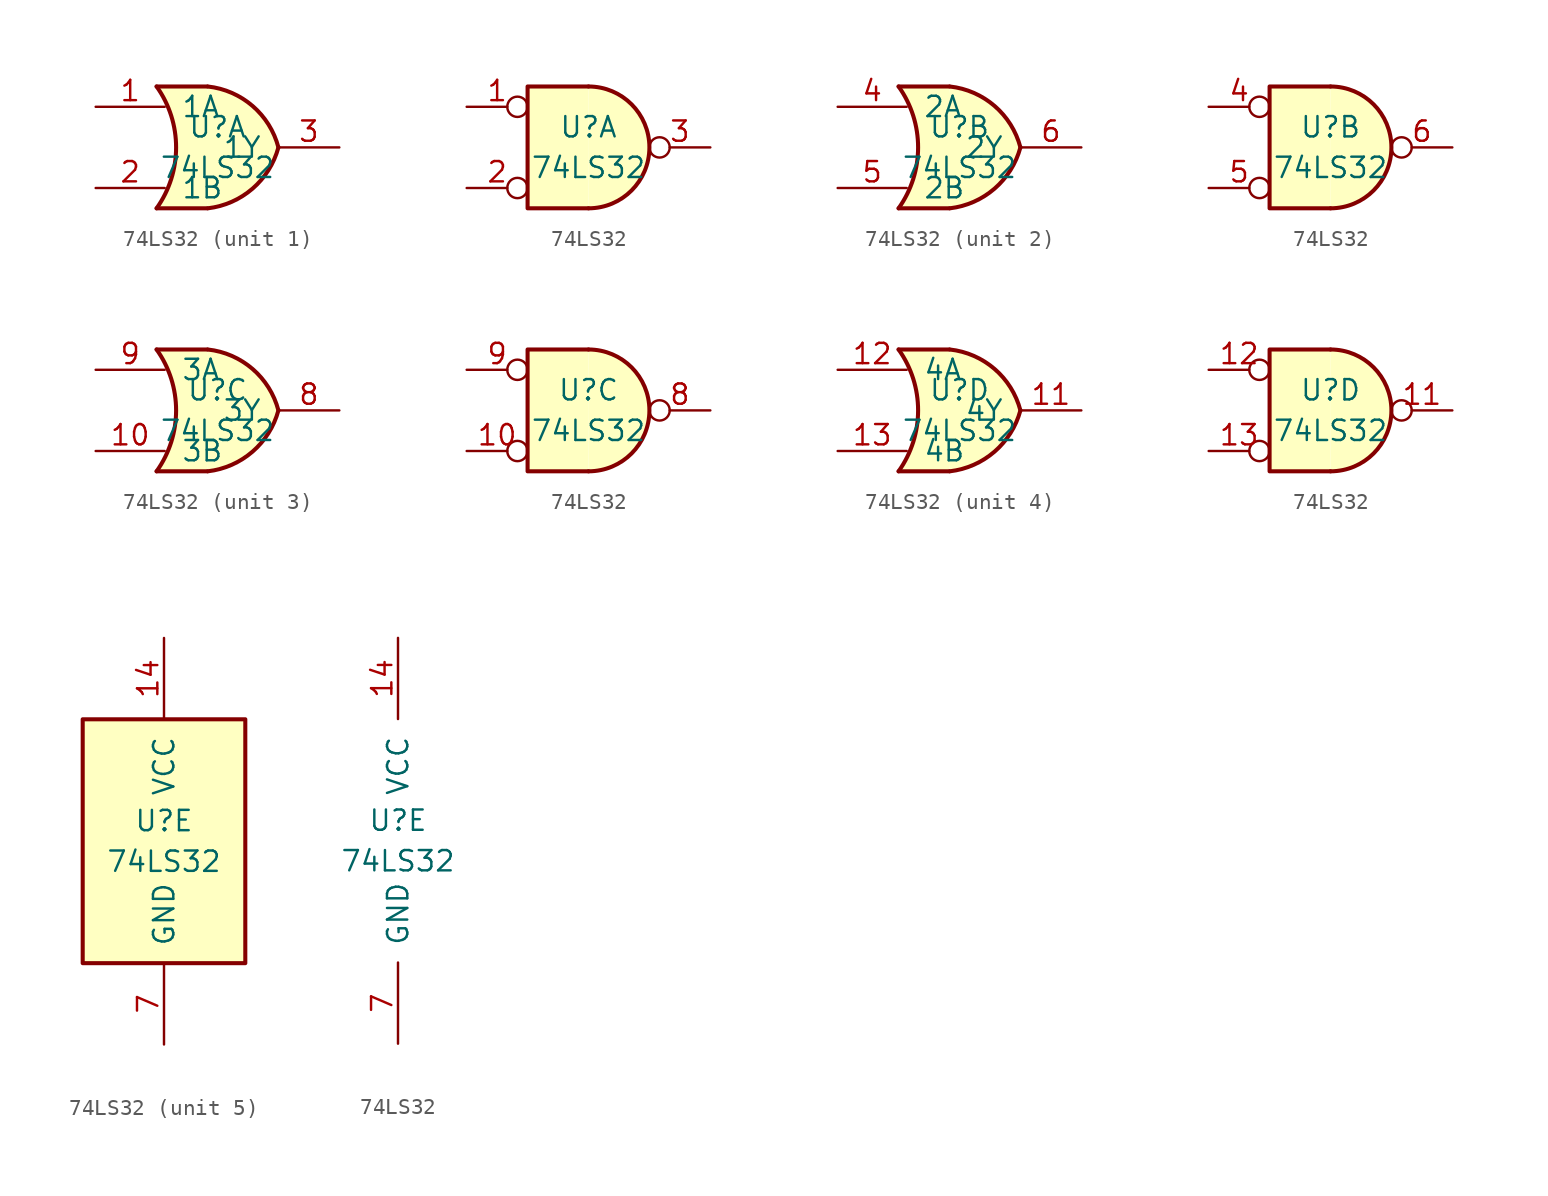
<source format=kicad_sym>
(kicad_symbol_lib
  (version 20231120)
  (generator "kicad_symbol_editor")
  (generator_version "8.0")
  (symbol "74LS32"
    (pin_names
      (offset 1.016))
    (property "Reference" "U"
      (at 0 1.27 0)
      (effects (font (size 1.27 1.27))))
    (property "Value" "74LS32"
      (at 0 -1.27 0)
      (effects (font (size 1.27 1.27))))
    (property "ki_locked" ""
      (at 0 0 0)
      (effects (font (size 1.27 1.27))))
    (symbol "74LS32_1_1"
      (arc (start -3.81 -3.81) (mid -2.589 0) (end -3.81 3.81) (stroke (width 0.254) (type default)) (fill (type none)))
      (arc (start -0.6096 -3.81) (mid 2.1842 -2.5851) (end 3.81 0) (stroke (width 0.254) (type default)) (fill (type background)))
      (polyline (pts (xy -3.81 -3.81) (xy -0.635 -3.81)) (stroke (width 0.254) (type default)) (fill (type background)))
      (polyline (pts (xy -3.81 3.81) (xy -0.635 3.81)) (stroke (width 0.254) (type default)) (fill (type background)))
      (polyline (pts (xy -0.635 3.81) (xy -3.81 3.81) (xy -3.81 3.81) (xy -3.556 3.404) (xy -3.023 2.261) (xy -2.692 1.041) (xy -2.616 -0.254) (xy -2.769 -1.499) (xy -3.175 -2.718) (xy -3.81 -3.81) (xy -3.81 -3.81) (xy -0.635 -3.81)) (stroke (width -25.4) (type default)) (fill (type background)))
      (arc (start 3.81 0) (mid 2.1915 2.5936) (end -0.6096 3.81) (stroke (width 0.254) (type default)) (fill (type background)))
      (pin input line (at -7.62 2.54 0) (length 4.318) (name "1A" (effects (font (size 1.27 1.27)))) (number "1" (effects (font (size 1.27 1.27)))))
      (pin input line (at -7.62 -2.54 0) (length 4.318) (name "1B" (effects (font (size 1.27 1.27)))) (number "2" (effects (font (size 1.27 1.27)))))
      (pin output line (at 7.62 0 180) (length 3.81) (name "1Y" (effects (font (size 1.27 1.27)))) (number "3" (effects (font (size 1.27 1.27))))))
    (symbol "74LS32_1_2"
      (arc (start 0 -3.81) (mid 3.7934 0) (end 0 3.81) (stroke (width 0.254) (type default)) (fill (type background)))
      (polyline (pts (xy 0 3.81) (xy -3.81 3.81) (xy -3.81 -3.81) (xy 0 -3.81)) (stroke (width 0.254) (type default)) (fill (type background)))
      (pin input inverted (at -7.62 2.54 0) (length 3.81) (name "~" (effects (font (size 1.27 1.27)))) (number "1" (effects (font (size 1.27 1.27)))))
      (pin input inverted (at -7.62 -2.54 0) (length 3.81) (name "~" (effects (font (size 1.27 1.27)))) (number "2" (effects (font (size 1.27 1.27)))))
      (pin output inverted (at 7.62 0 180) (length 3.81) (name "~" (effects (font (size 1.27 1.27)))) (number "3" (effects (font (size 1.27 1.27))))))
    (symbol "74LS32_2_1"
      (arc (start -3.81 -3.81) (mid -2.589 0) (end -3.81 3.81) (stroke (width 0.254) (type default)) (fill (type none)))
      (arc (start -0.6096 -3.81) (mid 2.1842 -2.5851) (end 3.81 0) (stroke (width 0.254) (type default)) (fill (type background)))
      (polyline (pts (xy -3.81 -3.81) (xy -0.635 -3.81)) (stroke (width 0.254) (type default)) (fill (type background)))
      (polyline (pts (xy -3.81 3.81) (xy -0.635 3.81)) (stroke (width 0.254) (type default)) (fill (type background)))
      (polyline (pts (xy -0.635 3.81) (xy -3.81 3.81) (xy -3.81 3.81) (xy -3.556 3.404) (xy -3.023 2.261) (xy -2.692 1.041) (xy -2.616 -0.254) (xy -2.769 -1.499) (xy -3.175 -2.718) (xy -3.81 -3.81) (xy -3.81 -3.81) (xy -0.635 -3.81)) (stroke (width -25.4) (type default)) (fill (type background)))
      (arc (start 3.81 0) (mid 2.1915 2.5936) (end -0.6096 3.81) (stroke (width 0.254) (type default)) (fill (type background)))
      (pin input line (at -7.62 2.54 0) (length 4.318) (name "2A" (effects (font (size 1.27 1.27)))) (number "4" (effects (font (size 1.27 1.27)))))
      (pin input line (at -7.62 -2.54 0) (length 4.318) (name "2B" (effects (font (size 1.27 1.27)))) (number "5" (effects (font (size 1.27 1.27)))))
      (pin output line (at 7.62 0 180) (length 3.81) (name "2Y" (effects (font (size 1.27 1.27)))) (number "6" (effects (font (size 1.27 1.27))))))
    (symbol "74LS32_2_2"
      (arc (start 0 -3.81) (mid 3.7934 0) (end 0 3.81) (stroke (width 0.254) (type default)) (fill (type background)))
      (polyline (pts (xy 0 3.81) (xy -3.81 3.81) (xy -3.81 -3.81) (xy 0 -3.81)) (stroke (width 0.254) (type default)) (fill (type background)))
      (pin input inverted (at -7.62 2.54 0) (length 3.81) (name "~" (effects (font (size 1.27 1.27)))) (number "4" (effects (font (size 1.27 1.27)))))
      (pin input inverted (at -7.62 -2.54 0) (length 3.81) (name "~" (effects (font (size 1.27 1.27)))) (number "5" (effects (font (size 1.27 1.27)))))
      (pin output inverted (at 7.62 0 180) (length 3.81) (name "~" (effects (font (size 1.27 1.27)))) (number "6" (effects (font (size 1.27 1.27))))))
    (symbol "74LS32_3_1"
      (arc (start -3.81 -3.81) (mid -2.589 0) (end -3.81 3.81) (stroke (width 0.254) (type default)) (fill (type none)))
      (arc (start -0.6096 -3.81) (mid 2.1842 -2.5851) (end 3.81 0) (stroke (width 0.254) (type default)) (fill (type background)))
      (polyline (pts (xy -3.81 -3.81) (xy -0.635 -3.81)) (stroke (width 0.254) (type default)) (fill (type background)))
      (polyline (pts (xy -3.81 3.81) (xy -0.635 3.81)) (stroke (width 0.254) (type default)) (fill (type background)))
      (polyline (pts (xy -0.635 3.81) (xy -3.81 3.81) (xy -3.81 3.81) (xy -3.556 3.404) (xy -3.023 2.261) (xy -2.692 1.041) (xy -2.616 -0.254) (xy -2.769 -1.499) (xy -3.175 -2.718) (xy -3.81 -3.81) (xy -3.81 -3.81) (xy -0.635 -3.81)) (stroke (width -25.4) (type default)) (fill (type background)))
      (arc (start 3.81 0) (mid 2.1915 2.5936) (end -0.6096 3.81) (stroke (width 0.254) (type default)) (fill (type background)))
      (pin input line (at -7.62 -2.54 0) (length 4.318) (name "3B" (effects (font (size 1.27 1.27)))) (number "10" (effects (font (size 1.27 1.27)))))
      (pin output line (at 7.62 0 180) (length 3.81) (name "3Y" (effects (font (size 1.27 1.27)))) (number "8" (effects (font (size 1.27 1.27)))))
      (pin input line (at -7.62 2.54 0) (length 4.318) (name "3A" (effects (font (size 1.27 1.27)))) (number "9" (effects (font (size 1.27 1.27))))))
    (symbol "74LS32_3_2"
      (arc (start 0 -3.81) (mid 3.7934 0) (end 0 3.81) (stroke (width 0.254) (type default)) (fill (type background)))
      (polyline (pts (xy 0 3.81) (xy -3.81 3.81) (xy -3.81 -3.81) (xy 0 -3.81)) (stroke (width 0.254) (type default)) (fill (type background)))
      (pin input inverted (at -7.62 -2.54 0) (length 3.81) (name "~" (effects (font (size 1.27 1.27)))) (number "10" (effects (font (size 1.27 1.27)))))
      (pin output inverted (at 7.62 0 180) (length 3.81) (name "~" (effects (font (size 1.27 1.27)))) (number "8" (effects (font (size 1.27 1.27)))))
      (pin input inverted (at -7.62 2.54 0) (length 3.81) (name "~" (effects (font (size 1.27 1.27)))) (number "9" (effects (font (size 1.27 1.27))))))
    (symbol "74LS32_4_1"
      (arc (start -3.81 -3.81) (mid -2.589 0) (end -3.81 3.81) (stroke (width 0.254) (type default)) (fill (type none)))
      (arc (start -0.6096 -3.81) (mid 2.1842 -2.5851) (end 3.81 0) (stroke (width 0.254) (type default)) (fill (type background)))
      (polyline (pts (xy -3.81 -3.81) (xy -0.635 -3.81)) (stroke (width 0.254) (type default)) (fill (type background)))
      (polyline (pts (xy -3.81 3.81) (xy -0.635 3.81)) (stroke (width 0.254) (type default)) (fill (type background)))
      (polyline (pts (xy -0.635 3.81) (xy -3.81 3.81) (xy -3.81 3.81) (xy -3.556 3.404) (xy -3.023 2.261) (xy -2.692 1.041) (xy -2.616 -0.254) (xy -2.769 -1.499) (xy -3.175 -2.718) (xy -3.81 -3.81) (xy -3.81 -3.81) (xy -0.635 -3.81)) (stroke (width -25.4) (type default)) (fill (type background)))
      (arc (start 3.81 0) (mid 2.1915 2.5936) (end -0.6096 3.81) (stroke (width 0.254) (type default)) (fill (type background)))
      (pin output line (at 7.62 0 180) (length 3.81) (name "4Y" (effects (font (size 1.27 1.27)))) (number "11" (effects (font (size 1.27 1.27)))))
      (pin input line (at -7.62 2.54 0) (length 4.318) (name "4A" (effects (font (size 1.27 1.27)))) (number "12" (effects (font (size 1.27 1.27)))))
      (pin input line (at -7.62 -2.54 0) (length 4.318) (name "4B" (effects (font (size 1.27 1.27)))) (number "13" (effects (font (size 1.27 1.27))))))
    (symbol "74LS32_4_2"
      (arc (start 0 -3.81) (mid 3.7934 0) (end 0 3.81) (stroke (width 0.254) (type default)) (fill (type background)))
      (polyline (pts (xy 0 3.81) (xy -3.81 3.81) (xy -3.81 -3.81) (xy 0 -3.81)) (stroke (width 0.254) (type default)) (fill (type background)))
      (pin output inverted (at 7.62 0 180) (length 3.81) (name "~" (effects (font (size 1.27 1.27)))) (number "11" (effects (font (size 1.27 1.27)))))
      (pin input inverted (at -7.62 2.54 0) (length 3.81) (name "~" (effects (font (size 1.27 1.27)))) (number "12" (effects (font (size 1.27 1.27)))))
      (pin input inverted (at -7.62 -2.54 0) (length 3.81) (name "~" (effects (font (size 1.27 1.27)))) (number "13" (effects (font (size 1.27 1.27))))))
    (symbol "74LS32_5_0"
      (pin power_in line (at 0 12.7 270) (length 5.08) (name "VCC" (effects (font (size 1.27 1.27)))) (number "14" (effects (font (size 1.27 1.27)))))
      (pin power_in line (at 0 -12.7 90) (length 5.08) (name "GND" (effects (font (size 1.27 1.27)))) (number "7" (effects (font (size 1.27 1.27))))))
    (symbol "74LS32_5_1"
      (rectangle (start -5.08 7.62) (end 5.08 -7.62) (stroke (width 0.254) (type default)) (fill (type background))))))
</source>
